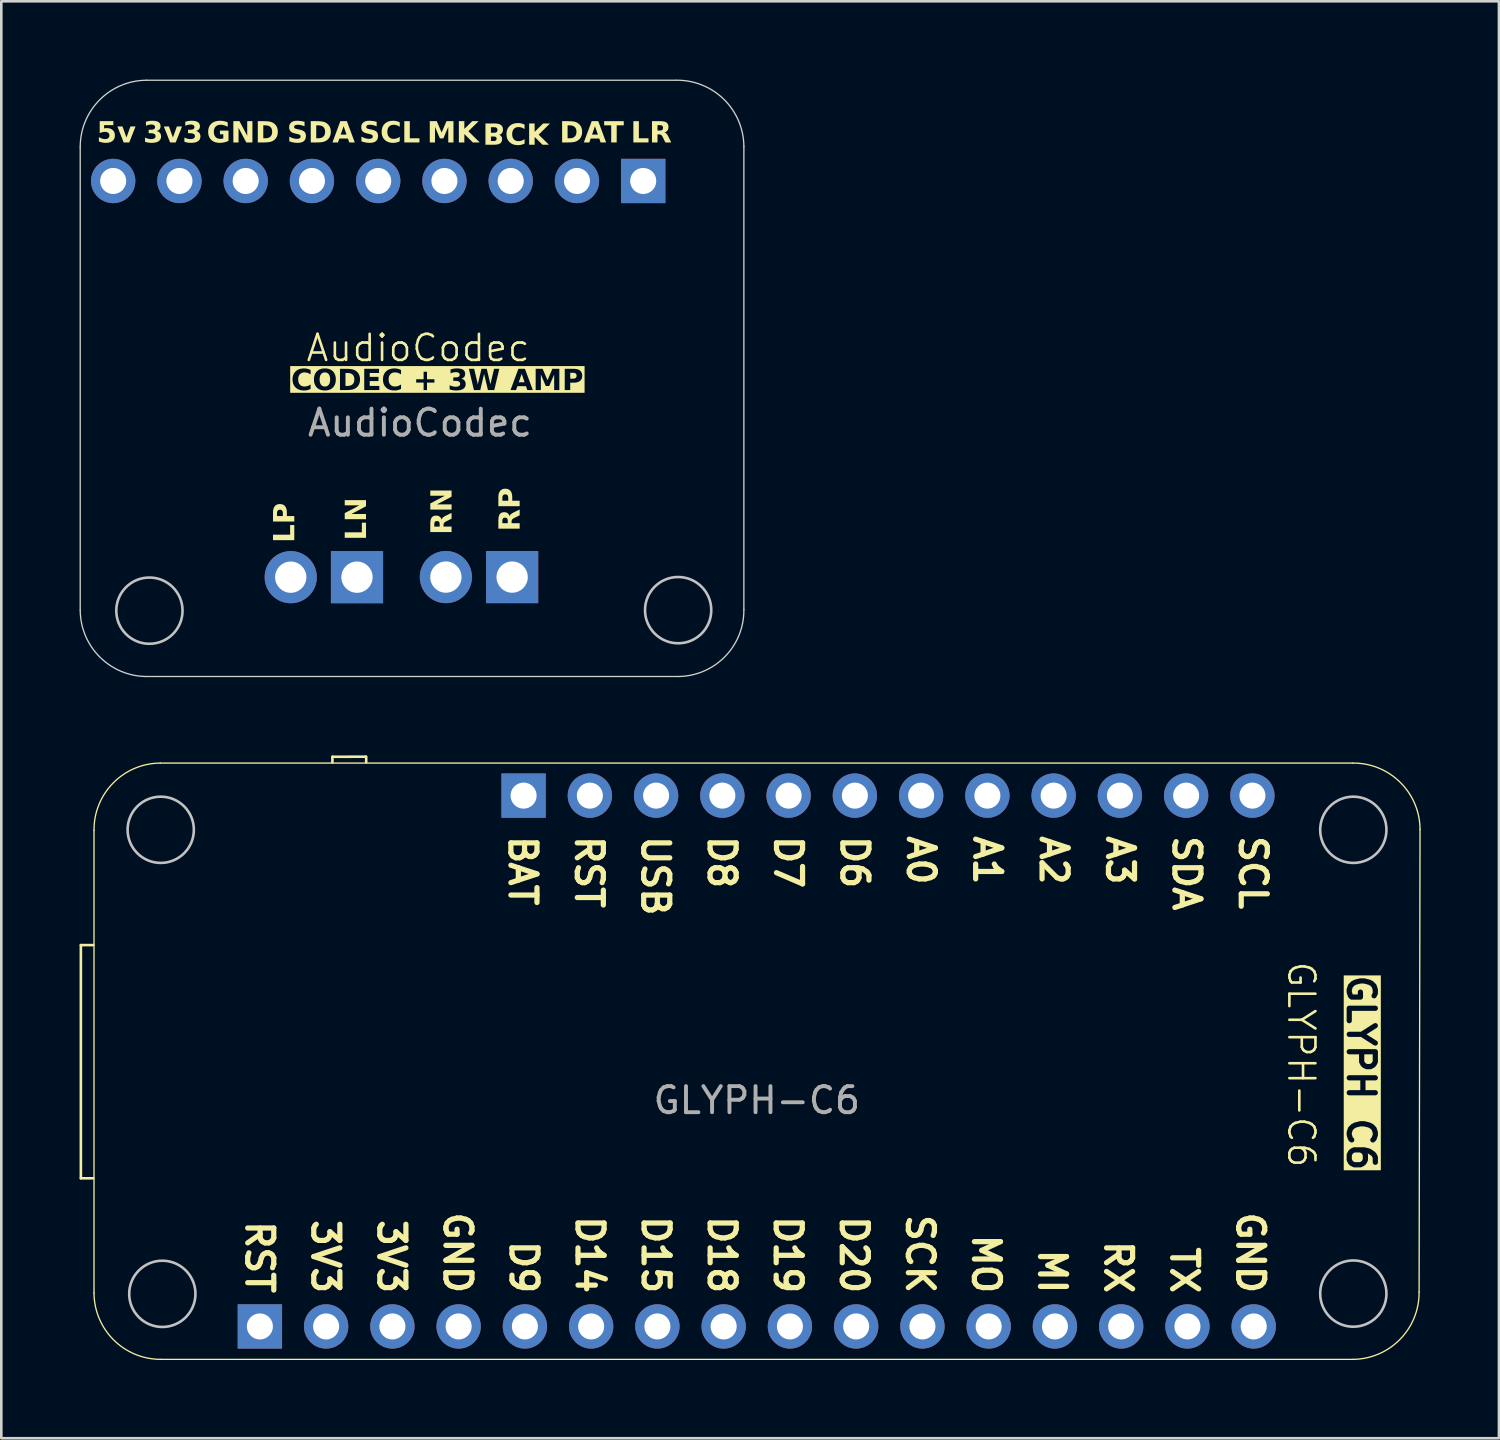
<source format=kicad_pcb>
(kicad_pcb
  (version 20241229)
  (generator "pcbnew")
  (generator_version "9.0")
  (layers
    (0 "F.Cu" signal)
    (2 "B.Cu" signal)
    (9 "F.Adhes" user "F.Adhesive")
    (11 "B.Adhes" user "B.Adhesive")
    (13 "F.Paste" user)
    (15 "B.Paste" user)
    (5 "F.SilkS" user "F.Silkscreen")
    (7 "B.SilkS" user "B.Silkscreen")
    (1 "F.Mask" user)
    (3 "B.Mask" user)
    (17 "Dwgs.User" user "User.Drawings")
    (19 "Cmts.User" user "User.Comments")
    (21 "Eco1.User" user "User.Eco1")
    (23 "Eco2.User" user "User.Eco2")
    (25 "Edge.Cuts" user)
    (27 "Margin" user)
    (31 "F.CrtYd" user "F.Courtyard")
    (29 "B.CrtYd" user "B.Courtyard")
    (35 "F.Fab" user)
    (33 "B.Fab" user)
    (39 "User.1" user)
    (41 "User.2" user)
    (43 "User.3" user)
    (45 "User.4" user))
  (footprint "GLYPH-C6"
    (layer "F.Cu")
    (at 25.963 37.634)
    (property "Reference" "GLYPH-C6" (at 20.875 0.125 270) (unlocked yes) (layer "F.SilkS") (effects (font (size 1 1) (thickness 0.1))))
    (attr through_hole)
    (fp_line (start -25.913 -4.452) (end -25.913 4.488) (stroke (width 0.1) (type default)) (layer "F.SilkS"))
    (fp_line (start -25.913 4.488) (end -25.44 4.488) (stroke (width 0.1) (type default)) (layer "F.SilkS"))
    (fp_line (start -25.44 -4.452) (end -25.913 -4.452) (stroke (width 0.1) (type default)) (layer "F.SilkS"))
    (fp_line (start -25.409 8.89) (end -25.409 -8.854) (stroke (width 0.05) (type solid)) (layer "F.SilkS"))
    (fp_line (start -22.869 -11.43) (end 22.851 -11.43) (stroke (width 0.05) (type solid)) (layer "F.SilkS"))
    (fp_line (start -16.27 -11.46) (end -16.27 -11.672) (stroke (width 0.1) (type default)) (layer "F.SilkS"))
    (fp_line (start -16.26 -11.672) (end -14.99 -11.674) (stroke (width 0.1) (type default)) (layer "F.SilkS"))
    (fp_line (start -14.974 -11.46) (end -14.974 -11.674) (stroke (width 0.1) (type default)) (layer "F.SilkS"))
    (fp_line (start 22.851 11.43) (end -22.833 11.43) (stroke (width 0.05) (type solid)) (layer "F.SilkS"))
    (fp_line (start 25.427 -8.89) (end 25.391 8.854) (stroke (width 0.05) (type solid)) (layer "F.SilkS"))
    (fp_arc (start -25.40876 -8.853842) (mid -24.672367 -10.667838) (end -22.869019 -11.429935) (stroke (width 0.05) (type solid)) (layer "F.SilkS"))
    (fp_arc (start -22.832926 11.429804) (mid -24.646927 10.693416) (end -25.409019 8.890063) (stroke (width 0.05) (type solid)) (layer "F.SilkS"))
    (fp_arc (start 22.850972 -11.429934) (mid 24.665016 -10.69359) (end 25.427065 -8.890193) (stroke (width 0.05) (type solid)) (layer "F.SilkS"))
    (fp_arc (start 25.390713 8.853971) (mid 24.654337 10.667983) (end 22.850972 11.430064) (stroke (width 0.05) (type solid)) (layer "F.SilkS"))
    (fp_circle (center -22.851 -8.872) (end -21.581 -8.872) (stroke (width 0.1) (type default)) (fill no) (layer "Dwgs.User"))
    (fp_circle (center -22.79 8.918) (end -21.52 8.918) (stroke (width 0.1) (type default)) (fill no) (layer "Dwgs.User"))
    (fp_circle (center 22.869 -8.872) (end 24.139 -8.872) (stroke (width 0.1) (type default)) (fill no) (layer "Dwgs.User"))
    (fp_circle (center 22.869 8.908) (end 24.139 8.908) (stroke (width 0.1) (type default)) (fill no) (layer "Dwgs.User"))
    (fp_text user "A1" (at 8.258 -8.74 270) (unlocked yes) (layer "F.SilkS") (effects (font (size 1 1) (thickness 0.2) (bold yes)) (justify left bottom)))
    (fp_text user "BAT" (at -9.56 -8.74 270) (unlocked yes) (layer "F.SilkS") (effects (font (size 1 1) (thickness 0.2) (bold yes)) (justify left bottom)))
    (fp_text user "RST" (at -7.015 -8.74 270) (unlocked yes) (layer "F.SilkS") (effects (font (size 1 1) (thickness 0.2) (bold yes)) (justify left bottom)))
    (fp_text user "A0" (at 5.713 -8.74 270) (unlocked yes) (layer "F.SilkS") (effects (font (size 1 1) (thickness 0.2) (bold yes)) (justify left bottom)))
    (fp_text user "3V3" (at -14.585 5.976 270) (unlocked yes) (layer "F.SilkS") (effects (font (size 1 1) (thickness 0.2) (bold yes)) (justify left bottom)))
    (fp_text user "SDA" (at 15.895 -8.74 270) (unlocked yes) (layer "F.SilkS") (effects (font (size 1 1) (thickness 0.2) (bold yes)) (justify left bottom)))
    (fp_text user "SCL" (at 18.44 -8.74 270) (unlocked yes) (layer "F.SilkS") (effects (font (size 1 1) (thickness 0.2) (bold yes)) (justify left bottom)))
    (fp_text user "D8" (at -1.924 -8.74 270) (unlocked yes) (layer "F.SilkS") (effects (font (size 1 1) (thickness 0.2) (bold yes)) (justify left bottom)))
    (fp_text user "D6" (at 3.167 -8.74 270) (unlocked yes) (layer "F.SilkS") (effects (font (size 1 1) (thickness 0.2) (bold yes)) (justify left bottom)))
    (fp_text user "3V3" (at -17.117 5.976 270) (unlocked yes) (layer "F.SilkS") (effects (font (size 1 1) (thickness 0.2) (bold yes)) (justify left bottom)))
    (fp_text user "D15" (at -4.454 5.833 270) (unlocked yes) (layer "F.SilkS") (effects (font (size 1 1) (thickness 0.2) (bold yes)) (justify left bottom)))
    (fp_text user "USB" (at -4.469 -8.74 270) (unlocked yes) (layer "F.SilkS") (effects (font (size 1 1) (thickness 0.2) (bold yes)) (justify left bottom)))
    (fp_text user "GND" (at 18.34 5.69 270) (unlocked yes) (layer "F.SilkS") (effects (font (size 1 1) (thickness 0.2) (bold yes)) (justify left bottom)))
    (fp_text user "MO" (at 8.209 6.547 270) (unlocked yes) (layer "F.SilkS") (effects (font (size 1 1) (thickness 0.2) (bold yes)) (justify left bottom)))
    (fp_text user "GLYPH C6" (at 22.58 -3.4 270) (unlocked yes) (layer "F.SilkS" knockout) (effects (font (size 1 1) (thickness 0.2) (bold yes)) (justify left bottom)))
    (fp_text user "D9" (at -9.519 6.785 270) (unlocked yes) (layer "F.SilkS") (effects (font (size 1 1) (thickness 0.2) (bold yes)) (justify left bottom)))
    (fp_text user "RST" (at -19.65 6.024 270) (unlocked yes) (layer "F.SilkS") (effects (font (size 1 1) (thickness 0.2) (bold yes)) (justify left bottom)))
    (fp_text user "MI" (at 10.742 7.119 270) (unlocked yes) (layer "F.SilkS") (effects (font (size 1 1) (thickness 0.2) (bold yes)) (justify left bottom)))
    (fp_text user "RX" (at 13.275 6.785 270) (unlocked yes) (layer "F.SilkS") (effects (font (size 1 1) (thickness 0.2) (bold yes)) (justify left bottom)))
    (fp_text user "A2" (at 10.804 -8.74 270) (unlocked yes) (layer "F.SilkS") (effects (font (size 1 1) (thickness 0.2) (bold yes)) (justify left bottom)))
    (fp_text user "D19" (at 0.611 5.833 270) (unlocked yes) (layer "F.SilkS") (effects (font (size 1 1) (thickness 0.2) (bold yes)) (justify left bottom)))
    (fp_text user "D14" (at -6.987 5.833 270) (unlocked yes) (layer "F.SilkS") (effects (font (size 1 1) (thickness 0.2) (bold yes)) (justify left bottom)))
    (fp_text user "GND" (at -12.052 5.69 270) (unlocked yes) (layer "F.SilkS") (effects (font (size 1 1) (thickness 0.2) (bold yes)) (justify left bottom)))
    (fp_text user "SCK" (at 5.677 5.785 270) (unlocked yes) (layer "F.SilkS") (effects (font (size 1 1) (thickness 0.2) (bold yes)) (justify left bottom)))
    (fp_text user "A3" (at 13.349 -8.74 270) (unlocked yes) (layer "F.SilkS") (effects (font (size 1 1) (thickness 0.2) (bold yes)) (justify left bottom)))
    (fp_text user "TX" (at 15.807 7.024 270) (unlocked yes) (layer "F.SilkS") (effects (font (size 1 1) (thickness 0.2) (bold yes)) (justify left bottom)))
    (fp_text user "D7" (at 0.622 -8.74 270) (unlocked yes) (layer "F.SilkS") (effects (font (size 1 1) (thickness 0.2) (bold yes)) (justify left bottom)))
    (fp_text user "D20" (at 3.144 5.833 270) (unlocked yes) (layer "F.SilkS") (effects (font (size 1 1) (thickness 0.2) (bold yes)) (justify left bottom)))
    (fp_text user "D18" (at -1.921 5.833 270) (unlocked yes) (layer "F.SilkS") (effects (font (size 1 1) (thickness 0.2) (bold yes)) (justify left bottom)))
    (fp_text user "${REFERENCE}" (at 0 1.5 0) (unlocked yes) (layer "F.Fab") (effects (font (size 1 1) (thickness 0.15))))
    (pad "1" thru_hole oval (at 19 -10.182 270) (size 1.7 1.7) (drill 1) (layers "*.Cu" "*.Mask"))
    (pad "2" thru_hole oval (at 16.46 -10.182 270) (size 1.7 1.7) (drill 1) (layers "*.Cu" "*.Mask"))
    (pad "3" thru_hole oval (at 13.92 -10.182 270) (size 1.7 1.7) (drill 1) (layers "*.Cu" "*.Mask"))
    (pad "4" thru_hole oval (at 11.38 -10.182 270) (size 1.7 1.7) (drill 1) (layers "*.Cu" "*.Mask"))
    (pad "5" thru_hole oval (at 8.84 -10.182 270) (size 1.7 1.7) (drill 1) (layers "*.Cu" "*.Mask"))
    (pad "6" thru_hole oval (at 6.3 -10.182 270) (size 1.7 1.7) (drill 1) (layers "*.Cu" "*.Mask"))
    (pad "7" thru_hole oval (at 3.76 -10.182 270) (size 1.7 1.7) (drill 1) (layers "*.Cu" "*.Mask"))
    (pad "8" thru_hole oval (at 1.22 -10.182 270) (size 1.7 1.7) (drill 1) (layers "*.Cu" "*.Mask"))
    (pad "9" thru_hole oval (at -1.32 -10.182 270) (size 1.7 1.7) (drill 1) (layers "*.Cu" "*.Mask"))
    (pad "10" thru_hole oval (at -3.86 -10.182 270) (size 1.7 1.7) (drill 1) (layers "*.Cu" "*.Mask"))
    (pad "11" thru_hole oval (at -6.4 -10.182 270) (size 1.7 1.7) (drill 1) (layers "*.Cu" "*.Mask"))
    (pad "12" thru_hole rect (at -8.94 -10.182 270) (size 1.7 1.7) (drill 1) (layers "*.Cu" "*.Mask"))
    (pad "13" thru_hole rect (at -19.05 10.168 90) (size 1.7 1.7) (drill 1) (layers "*.Cu" "*.Mask"))
    (pad "14" thru_hole oval (at -16.51 10.168 90) (size 1.7 1.7) (drill 1) (layers "*.Cu" "*.Mask"))
    (pad "15" thru_hole oval (at -13.97 10.168 90) (size 1.7 1.7) (drill 1) (layers "*.Cu" "*.Mask"))
    (pad "16" thru_hole oval (at -11.43 10.168 90) (size 1.7 1.7) (drill 1) (layers "*.Cu" "*.Mask"))
    (pad "17" thru_hole oval (at -8.89 10.168 90) (size 1.7 1.7) (drill 1) (layers "*.Cu" "*.Mask"))
    (pad "18" thru_hole oval (at -6.35 10.168 90) (size 1.7 1.7) (drill 1) (layers "*.Cu" "*.Mask"))
    (pad "19" thru_hole oval (at -3.81 10.168 90) (size 1.7 1.7) (drill 1) (layers "*.Cu" "*.Mask"))
    (pad "20" thru_hole oval (at -1.27 10.168 90) (size 1.7 1.7) (drill 1) (layers "*.Cu" "*.Mask"))
    (pad "21" thru_hole oval (at 1.27 10.168 90) (size 1.7 1.7) (drill 1) (layers "*.Cu" "*.Mask"))
    (pad "22" thru_hole oval (at 3.81 10.168 90) (size 1.7 1.7) (drill 1) (layers "*.Cu" "*.Mask"))
    (pad "23" thru_hole oval (at 6.35 10.168 90) (size 1.7 1.7) (drill 1) (layers "*.Cu" "*.Mask"))
    (pad "24" thru_hole oval (at 8.89 10.168 90) (size 1.7 1.7) (drill 1) (layers "*.Cu" "*.Mask"))
    (pad "25" thru_hole oval (at 11.43 10.168 90) (size 1.7 1.7) (drill 1) (layers "*.Cu" "*.Mask"))
    (pad "26" thru_hole oval (at 13.97 10.168 90) (size 1.7 1.7) (drill 1) (layers "*.Cu" "*.Mask"))
    (pad "27" thru_hole oval (at 16.51 10.168 90) (size 1.7 1.7) (drill 1) (layers "*.Cu" "*.Mask"))
    (pad "28" thru_hole oval (at 19.05 10.168 90) (size 1.7 1.7) (drill 1) (layers "*.Cu" "*.Mask")))
  (footprint "AudioCodec"
    (layer "F.Cu")
    (at 12.978 11.791)
    (property "Reference" "AudioCodec" (at 0 -1.5 0) (unlocked yes) (layer "F.SilkS") (effects (font (size 1 1) (thickness 0.1))))
    (attr smd)
    (fp_poly (pts (xy 11.528 8.583) (xy 11.517 8.572) (xy 11.507 8.583) (xy 11.517 8.593)) (stroke (width 0) (type solid)) (fill yes) (layer "B.SilkS"))
    (fp_circle (center -10.3 8.57) (end -9.03 8.57) (stroke (width 0.1) (type default)) (fill no) (layer "Dwgs.User"))
    (fp_circle (center 9.97 8.55) (end 11.24 8.55) (stroke (width 0.1) (type default)) (fill no) (layer "Dwgs.User"))
    (fp_line (start -12.953 8.555) (end -12.953 -9.189) (stroke (width 0.05) (type default)) (layer "Edge.Cuts"))
    (fp_line (start -10.413 -11.765) (end 9.886 -11.765) (stroke (width 0.05) (type default)) (layer "Edge.Cuts"))
    (fp_line (start 9.926 11.094) (end -10.377 11.094) (stroke (width 0.05) (type default)) (layer "Edge.Cuts"))
    (fp_line (start 12.49 8.53) (end 12.49 -9.226) (stroke (width 0.05) (type default)) (layer "Edge.Cuts"))
    (fp_arc (start -12.952509 -9.18923) (mid -12.216101 -11.003211) (end -10.412768 -11.765323) (stroke (width 0.05) (type default)) (layer "Edge.Cuts"))
    (fp_arc (start -10.376675 11.094416) (mid -12.190673 10.358025) (end -12.952768 8.554675) (stroke (width 0.05) (type default)) (layer "Edge.Cuts"))
    (fp_arc (start 9.885584 -11.765323) (mid 11.717887 -11.039047) (end 12.49 -9.225582) (stroke (width 0.05) (type default)) (layer "Edge.Cuts"))
    (fp_arc (start 12.49 8.53) (mid 11.746575 10.350991) (end 9.925584 11.094416) (stroke (width 0.05) (type default)) (layer "Edge.Cuts"))
    (fp_text user "SDA\n" (at -5.024 -9.244 0) (unlocked yes) (layer "F.SilkS") (effects (font (face "Lexend") (size 0.8 0.8) (thickness 0.16) (bold yes)) (justify left bottom)))
    (fp_text user "GND" (at -8.104 -9.244 0) (unlocked yes) (layer "F.SilkS") (effects (font (face "Lexend") (size 0.8 0.8) (thickness 0.16) (bold yes)) (justify left bottom)))
    (fp_text user "RP" (at 4.03 5.53 90) (unlocked yes) (layer "F.SilkS") (effects (font (face "Lexend") (size 0.8 0.8) (thickness 0.16) (bold yes)) (justify left bottom)))
    (fp_text user "LP" (at -4.61 5.97 90) (unlocked yes) (layer "F.SilkS") (effects (font (face "Lexend") (size 0.8 0.8) (thickness 0.16) (bold yes)) (justify left bottom)))
    (fp_text user "RN" (at 1.42 5.66 90) (unlocked yes) (layer "F.SilkS") (effects (font (face "Lexend") (size 0.8 0.8) (thickness 0.16) (bold yes)) (justify left bottom)))
    (fp_text user "SCL\n" (at -2.259 -9.244 0) (unlocked yes) (layer "F.SilkS") (effects (font (face "Lexend") (size 0.8 0.8) (thickness 0.16) (bold yes)) (justify left bottom)))
    (fp_text user "DAT" (at 5.419 -9.244 0) (unlocked yes) (layer "F.SilkS") (effects (font (face "Lexend") (size 0.8 0.8) (thickness 0.16) (bold yes)) (justify left bottom)))
    (fp_text user "MK" (at 0.346 -9.244 0) (unlocked yes) (layer "F.SilkS") (effects (font (face "Lexend") (size 0.8 0.8) (thickness 0.16) (bold yes)) (justify left bottom)))
    (fp_text user "3v3" (at -10.543 -9.244 0) (unlocked yes) (layer "F.SilkS") (effects (font (face "Lexend") (size 0.8 0.8) (thickness 0.16) (bold yes)) (justify left bottom)))
    (fp_text user "LR" (at 8.151 -9.244 0) (unlocked yes) (layer "F.SilkS") (effects (font (face "Lexend") (size 0.8 0.8) (thickness 0.16) (bold yes)) (justify left bottom)))
    (fp_text user "5v" (at -12.324 -9.244 0) (unlocked yes) (layer "F.SilkS") (effects (font (face "Lexend") (size 0.8 0.8) (thickness 0.16) (bold yes)) (justify left bottom)))
    (fp_text user "BCK" (at 3.751 -10.244 180) (unlocked yes) (layer "F.SilkS") (effects (font (face "Lexend") (size 0.8 0.8) (thickness 0.16) (bold yes)) (justify bottom mirror)))
    (fp_text user "LN" (at -1.86 5.88 90) (unlocked yes) (layer "F.SilkS") (effects (font (face "Lexend") (size 0.8 0.8) (thickness 0.16) (bold yes)) (justify left bottom)))
    (fp_text user "CODEC + 3W AMP" (at -4.87 0.25 0) (unlocked yes) (layer "F.SilkS" knockout) (effects (font (face "Lexend") (size 0.8 0.8) (thickness 0.16) (bold yes)) (justify left bottom)))
    (fp_text user "${REFERENCE}" (at 0.07 1.37 180) (layer "F.Fab") (effects (font (size 1 1) (thickness 0.15))))
    (pad "1" thru_hole rect (at -2.342 7.286 180) (size 2 2) (drill 1.2) (layers "*.Cu" "*.Mask"))
    (pad "1" thru_hole rect (at 3.606 7.283 180) (size 2 2) (drill 1.2) (layers "*.Cu" "*.Mask"))
    (pad "1" thru_hole rect (at 8.631 -7.903 270) (size 1.7 1.7) (drill 1) (layers "*.Cu" "*.Mask"))
    (pad "2" thru_hole circle (at -4.882 7.286 180) (size 2 2) (drill 1.2) (layers "*.Cu" "*.Mask"))
    (pad "2" thru_hole circle (at 1.066 7.283 180) (size 2 2) (drill 1.2) (layers "*.Cu" "*.Mask"))
    (pad "2" thru_hole oval (at 6.091 -7.903 270) (size 1.7 1.7) (drill 1) (layers "*.Cu" "*.Mask"))
    (pad "3" thru_hole oval (at 3.551 -7.903 270) (size 1.7 1.7) (drill 1) (layers "*.Cu" "*.Mask"))
    (pad "4" thru_hole oval (at 1.011 -7.903 270) (size 1.7 1.7) (drill 1) (layers "*.Cu" "*.Mask"))
    (pad "5" thru_hole oval (at -1.529 -7.903 270) (size 1.7 1.7) (drill 1) (layers "*.Cu" "*.Mask"))
    (pad "6" thru_hole oval (at -4.069 -7.903 270) (size 1.7 1.7) (drill 1) (layers "*.Cu" "*.Mask"))
    (pad "7" thru_hole oval (at -6.609 -7.903 270) (size 1.7 1.7) (drill 1) (layers "*.Cu" "*.Mask"))
    (pad "8" thru_hole oval (at -9.149 -7.903 270) (size 1.7 1.7) (drill 1) (layers "*.Cu" "*.Mask"))
    (pad "9" thru_hole oval (at -11.689 -7.903 270) (size 1.7 1.7) (drill 1) (layers "*.Cu" "*.Mask")))
  (gr_rect
    (start -3 -3)
    (end 54.415 52.089)
    (stroke (width 0.1) (type default))
    (fill no)
    (layer "Edge.Cuts")))
</source>
